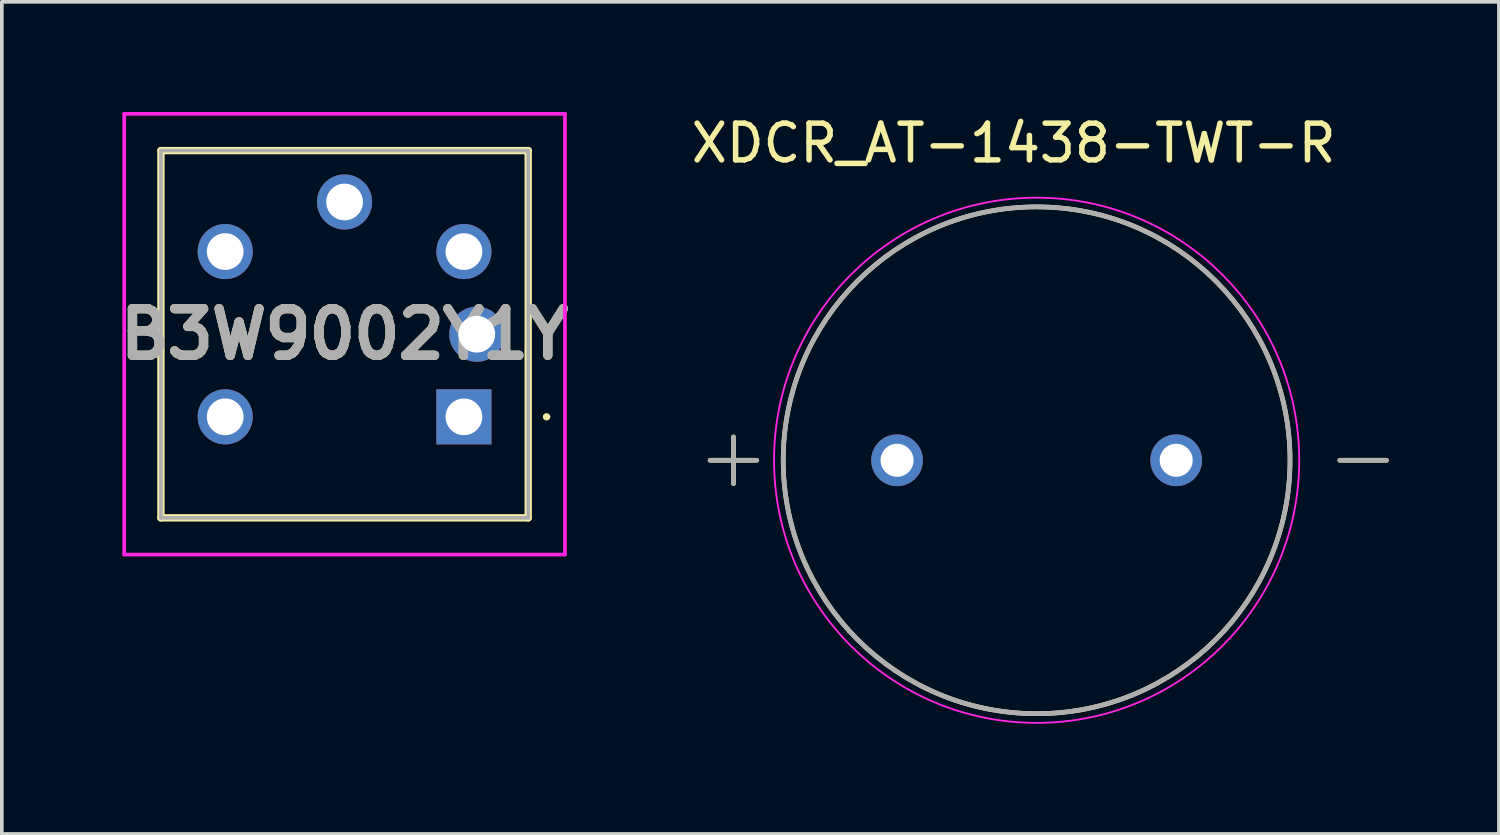
<source format=kicad_pcb>
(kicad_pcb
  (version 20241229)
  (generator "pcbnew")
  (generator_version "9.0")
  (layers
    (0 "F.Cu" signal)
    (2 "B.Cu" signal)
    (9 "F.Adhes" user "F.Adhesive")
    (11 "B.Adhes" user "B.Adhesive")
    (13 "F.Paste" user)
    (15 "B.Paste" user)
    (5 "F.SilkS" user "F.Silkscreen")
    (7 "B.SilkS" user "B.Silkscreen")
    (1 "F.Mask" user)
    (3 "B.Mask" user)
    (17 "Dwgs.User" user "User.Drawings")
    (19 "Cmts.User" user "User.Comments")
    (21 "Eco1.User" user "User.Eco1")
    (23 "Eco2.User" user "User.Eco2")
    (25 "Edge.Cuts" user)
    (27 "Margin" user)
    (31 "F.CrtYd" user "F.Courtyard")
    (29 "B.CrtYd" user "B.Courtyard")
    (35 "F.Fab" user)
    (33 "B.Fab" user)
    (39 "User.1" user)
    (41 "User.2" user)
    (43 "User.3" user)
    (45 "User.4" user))
  (footprint "XDCR_AT-1438-TWT-R"
    (layer "F.Cu")
    (at 25.176 9.483)
    (property "Reference" "XDCR_AT-1438-TWT-R" (at -0.625 -8.635 0) (layer "F.SilkS") (effects (font (size 1 1) (thickness 0.15))))
    (attr through_hole)
    (fp_line (start -8.89 0) (end -7.62 0) (stroke (width 0.127) (type solid)) (layer "F.SilkS"))
    (fp_line (start -8.255 -0.635) (end -8.255 0.635) (stroke (width 0.127) (type solid)) (layer "F.SilkS"))
    (fp_line (start 8.255 0) (end 9.525 0) (stroke (width 0.127) (type solid)) (layer "F.SilkS"))
    (fp_circle (center 0 0) (end 6.9 0) (stroke (width 0.127) (type solid)) (fill no) (layer "F.SilkS"))
    (fp_circle (center 0 0) (end 7.15 0) (stroke (width 0.05) (type solid)) (fill no) (layer "F.CrtYd"))
    (fp_line (start -8.89 0) (end -7.62 0) (stroke (width 0.127) (type solid)) (layer "F.Fab"))
    (fp_line (start -8.255 -0.635) (end -8.255 0.635) (stroke (width 0.127) (type solid)) (layer "F.Fab"))
    (fp_line (start 8.255 0) (end 9.525 0) (stroke (width 0.127) (type solid)) (layer "F.Fab"))
    (fp_circle (center 0 0) (end 6.9 0) (stroke (width 0.127) (type solid)) (fill no) (layer "F.Fab"))
    (pad "1" thru_hole circle (at -3.8 0) (size 1.408 1.408) (drill 0.9) (layers "*.Cu" "*.Mask"))
    (pad "2" thru_hole circle (at 3.8 0) (size 1.408 1.408) (drill 0.9) (layers "*.Cu" "*.Mask")))
  (footprint "B3W9002Y1Y"
    (layer "F.Cu")
    (at 9.582 8.3)
    (property "Reference" "B3W9002Y1Y" (at -3.25 -2.25 0) (layer "F.SilkS") (effects (font (size 1.27 1.27) (thickness 0.254))))
    (attr through_hole)
    (fp_line (start -8.25 -7.25) (end 1.75 -7.25) (stroke (width 0.2) (type solid)) (layer "F.SilkS"))
    (fp_line (start -8.25 2.75) (end -8.25 -7.25) (stroke (width 0.2) (type solid)) (layer "F.SilkS"))
    (fp_line (start 1.75 -7.25) (end 1.75 2.75) (stroke (width 0.2) (type solid)) (layer "F.SilkS"))
    (fp_line (start 1.75 2.75) (end -8.25 2.75) (stroke (width 0.2) (type solid)) (layer "F.SilkS"))
    (fp_line (start 2.2 0) (end 2.2 0) (stroke (width 0.1) (type solid)) (layer "F.SilkS"))
    (fp_line (start 2.3 0) (end 2.3 0) (stroke (width 0.1) (type solid)) (layer "F.SilkS"))
    (fp_arc (start 2.2 0) (mid 2.25 -0.05) (end 2.3 0) (stroke (width 0.1) (type solid)) (layer "F.SilkS"))
    (fp_arc (start 2.3 0) (mid 2.25 0.05) (end 2.2 0) (stroke (width 0.1) (type solid)) (layer "F.SilkS"))
    (fp_line (start -9.25 -8.25) (end 2.75 -8.25) (stroke (width 0.1) (type solid)) (layer "F.CrtYd"))
    (fp_line (start -9.25 3.75) (end -9.25 -8.25) (stroke (width 0.1) (type solid)) (layer "F.CrtYd"))
    (fp_line (start 2.75 -8.25) (end 2.75 3.75) (stroke (width 0.1) (type solid)) (layer "F.CrtYd"))
    (fp_line (start 2.75 3.75) (end -9.25 3.75) (stroke (width 0.1) (type solid)) (layer "F.CrtYd"))
    (fp_line (start -8.25 -7.25) (end 1.75 -7.25) (stroke (width 0.1) (type solid)) (layer "F.Fab"))
    (fp_line (start -8.25 2.75) (end -8.25 -7.25) (stroke (width 0.1) (type solid)) (layer "F.Fab"))
    (fp_line (start 1.75 -7.25) (end 1.75 2.75) (stroke (width 0.1) (type solid)) (layer "F.Fab"))
    (fp_line (start 1.75 2.75) (end -8.25 2.75) (stroke (width 0.1) (type solid)) (layer "F.Fab"))
    (fp_text user "${REFERENCE}" (at -3.25 -2.25 0) (layer "F.Fab") (effects (font (size 1.27 1.27) (thickness 0.254))))
    (pad "1" thru_hole rect (at 0 0) (size 1.5 1.5) (drill 1) (layers "*.Cu" "*.Mask"))
    (pad "2" thru_hole circle (at -6.5 0) (size 1.5 1.5) (drill 1) (layers "*.Cu" "*.Mask"))
    (pad "3" thru_hole circle (at 0 -4.5) (size 1.5 1.5) (drill 1) (layers "*.Cu" "*.Mask"))
    (pad "4" thru_hole circle (at -6.5 -4.5) (size 1.5 1.5) (drill 1) (layers "*.Cu" "*.Mask"))
    (pad "5" thru_hole circle (at -3.25 -5.85) (size 1.5 1.5) (drill 1) (layers "*.Cu" "*.Mask"))
    (pad "6" thru_hole circle (at 0.35 -2.25) (size 1.5 1.5) (drill 1) (layers "*.Cu" "*.Mask")))
  (gr_rect
    (start -3 -3)
    (end 37.764 19.658)
    (stroke (width 0.1) (type default))
    (fill no)
    (layer "Edge.Cuts")))
</source>
